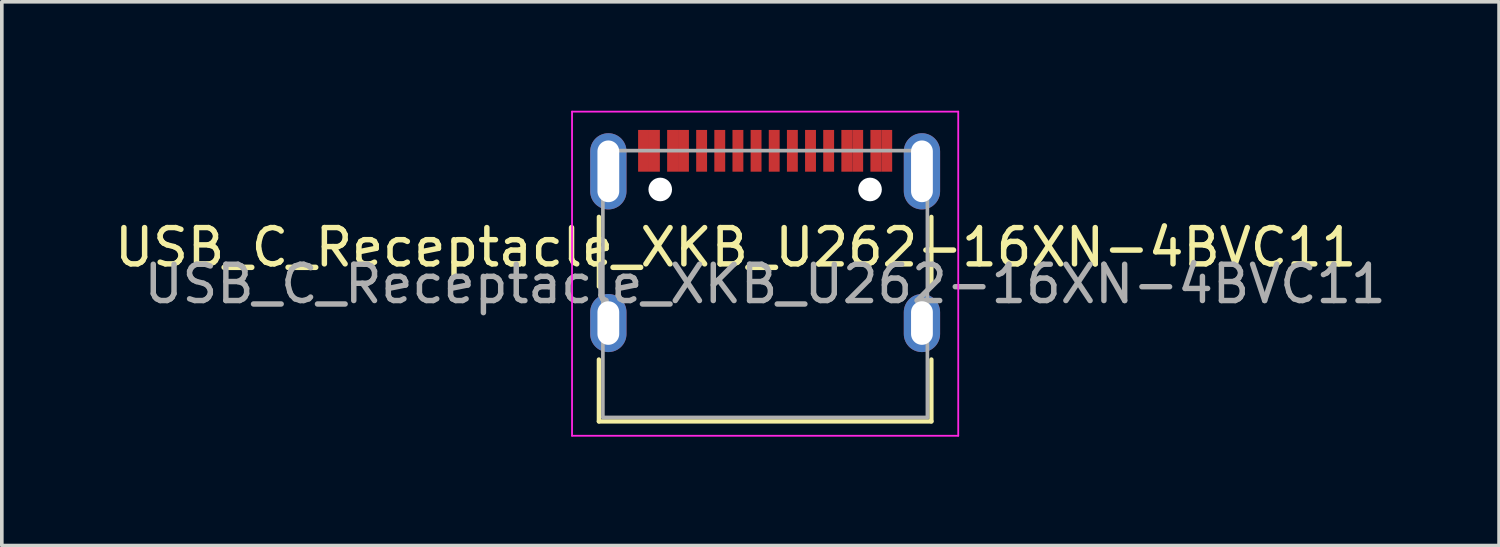
<source format=kicad_pcb>
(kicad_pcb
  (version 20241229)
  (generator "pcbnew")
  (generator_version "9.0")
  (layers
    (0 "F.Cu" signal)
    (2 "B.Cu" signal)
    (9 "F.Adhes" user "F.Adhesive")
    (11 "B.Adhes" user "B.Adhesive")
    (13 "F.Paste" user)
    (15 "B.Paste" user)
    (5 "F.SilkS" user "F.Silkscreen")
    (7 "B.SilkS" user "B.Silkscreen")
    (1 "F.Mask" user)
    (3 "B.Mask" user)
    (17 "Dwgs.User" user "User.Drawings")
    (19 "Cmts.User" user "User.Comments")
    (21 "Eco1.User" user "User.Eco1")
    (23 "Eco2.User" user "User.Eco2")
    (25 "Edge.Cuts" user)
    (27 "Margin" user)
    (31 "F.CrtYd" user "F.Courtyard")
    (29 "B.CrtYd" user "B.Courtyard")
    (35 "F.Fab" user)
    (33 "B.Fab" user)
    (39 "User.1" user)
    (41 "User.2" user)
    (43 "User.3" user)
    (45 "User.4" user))
  (footprint "USB_C_Receptacle_XKB_U262-16XN-4BVC11"
    (layer "F.Cu")
    (at 18.03 4.775)
    (property "Reference" "USB_C_Receptacle_XKB_U262-16XN-4BVC11" (at -0.81 -1.01 0) (layer "F.SilkS") (effects (font (size 1 1) (thickness 0.15))))
    (attr smd)
    (fp_line (start -4.58 -1.85) (end -4.58 0.07) (stroke (width 0.12) (type solid)) (layer "F.SilkS"))
    (fp_line (start -4.58 3.785) (end -4.58 2.08) (stroke (width 0.12) (type solid)) (layer "F.SilkS"))
    (fp_line (start 4.58 0.07) (end 4.58 -1.85) (stroke (width 0.12) (type solid)) (layer "F.SilkS"))
    (fp_line (start 4.58 2.08) (end 4.58 3.785) (stroke (width 0.12) (type solid)) (layer "F.SilkS"))
    (fp_line (start 4.58 3.785) (end -4.58 3.785) (stroke (width 0.12) (type solid)) (layer "F.SilkS"))
    (fp_line (start -5.32 -4.75) (end 5.32 -4.75) (stroke (width 0.05) (type solid)) (layer "F.CrtYd"))
    (fp_line (start -5.32 4.18) (end -5.32 -4.75) (stroke (width 0.05) (type solid)) (layer "F.CrtYd"))
    (fp_line (start 5.32 -4.75) (end 5.32 4.18) (stroke (width 0.05) (type solid)) (layer "F.CrtYd"))
    (fp_line (start 5.32 4.18) (end -5.32 4.18) (stroke (width 0.05) (type solid)) (layer "F.CrtYd"))
    (fp_line (start -4.47 -3.675) (end -4.47 3.675) (stroke (width 0.1) (type solid)) (layer "F.Fab"))
    (fp_line (start -4.47 -3.675) (end 4.47 -3.675) (stroke (width 0.1) (type solid)) (layer "F.Fab"))
    (fp_line (start -4.47 3.675) (end 4.47 3.675) (stroke (width 0.1) (type solid)) (layer "F.Fab"))
    (fp_line (start 4.47 3.675) (end 4.47 -3.675) (stroke (width 0.1) (type solid)) (layer "F.Fab"))
    (fp_text user "${REFERENCE}" (at 0 0 0) (layer "F.Fab") (effects (font (size 1 1) (thickness 0.15))))
    (pad "" np_thru_hole circle (at -2.89 -2.605) (size 0.65 0.65) (drill 0.65) (layers "*.Cu" "*.Mask"))
    (pad "" np_thru_hole circle (at 2.89 -2.605) (size 0.65 0.65) (drill 0.65) (layers "*.Cu" "*.Mask"))
    (pad "A1" smd rect (at -3.35 -3.67) (size 0.3 1.15) (layers "F.Cu" "F.Mask" "F.Paste"))
    (pad "A4" smd rect (at -2.55 -3.67) (size 0.3 1.15) (layers "F.Cu" "F.Mask" "F.Paste"))
    (pad "A5" smd rect (at -1.25 -3.67) (size 0.3 1.15) (layers "F.Cu" "F.Mask" "F.Paste"))
    (pad "A6" smd rect (at -0.25 -3.67) (size 0.3 1.15) (layers "F.Cu" "F.Mask" "F.Paste"))
    (pad "A7" smd rect (at 0.25 -3.67) (size 0.3 1.15) (layers "F.Cu" "F.Mask" "F.Paste"))
    (pad "A8" smd rect (at 1.25 -3.67) (size 0.3 1.15) (layers "F.Cu" "F.Mask" "F.Paste"))
    (pad "A9" smd rect (at 2.55 -3.67) (size 0.3 1.15) (layers "F.Cu" "F.Mask" "F.Paste"))
    (pad "A12" smd rect (at 3.35 -3.67) (size 0.3 1.15) (layers "F.Cu" "F.Mask" "F.Paste"))
    (pad "B1" smd rect (at 3.05 -3.67) (size 0.3 1.15) (layers "F.Cu" "F.Mask" "F.Paste"))
    (pad "B4" smd rect (at 2.25 -3.67) (size 0.3 1.15) (layers "F.Cu" "F.Mask" "F.Paste"))
    (pad "B5" smd rect (at 1.75 -3.67) (size 0.3 1.15) (layers "F.Cu" "F.Mask" "F.Paste"))
    (pad "B6" smd rect (at 0.75 -3.67) (size 0.3 1.15) (layers "F.Cu" "F.Mask" "F.Paste"))
    (pad "B7" smd rect (at -0.75 -3.67) (size 0.3 1.15) (layers "F.Cu" "F.Mask" "F.Paste"))
    (pad "B8" smd rect (at -1.75 -3.67) (size 0.3 1.15) (layers "F.Cu" "F.Mask" "F.Paste"))
    (pad "B9" smd rect (at -2.25 -3.67) (size 0.3 1.15) (layers "F.Cu" "F.Mask" "F.Paste"))
    (pad "B12" smd rect (at -3.05 -3.67) (size 0.3 1.15) (layers "F.Cu" "F.Mask" "F.Paste"))
    (pad "S1" thru_hole oval (at -4.32 -3.105) (size 1 2.1) (drill oval 0.6 1.7) (layers "*.Cu" "*.Mask"))
    (pad "S1" thru_hole oval (at -4.32 1.075) (size 1 1.6) (drill oval 0.6 1.2) (layers "*.Cu" "*.Mask"))
    (pad "S1" thru_hole oval (at 4.32 -3.105) (size 1 2.1) (drill oval 0.6 1.7) (layers "*.Cu" "*.Mask"))
    (pad "S1" thru_hole oval (at 4.32 1.075) (size 1 1.6) (drill oval 0.6 1.2) (layers "*.Cu" "*.Mask")))
  (gr_rect
    (start -3 -3)
    (end 38.25 11.98)
    (stroke (width 0.1) (type default))
    (fill no)
    (layer "Edge.Cuts")))
</source>
